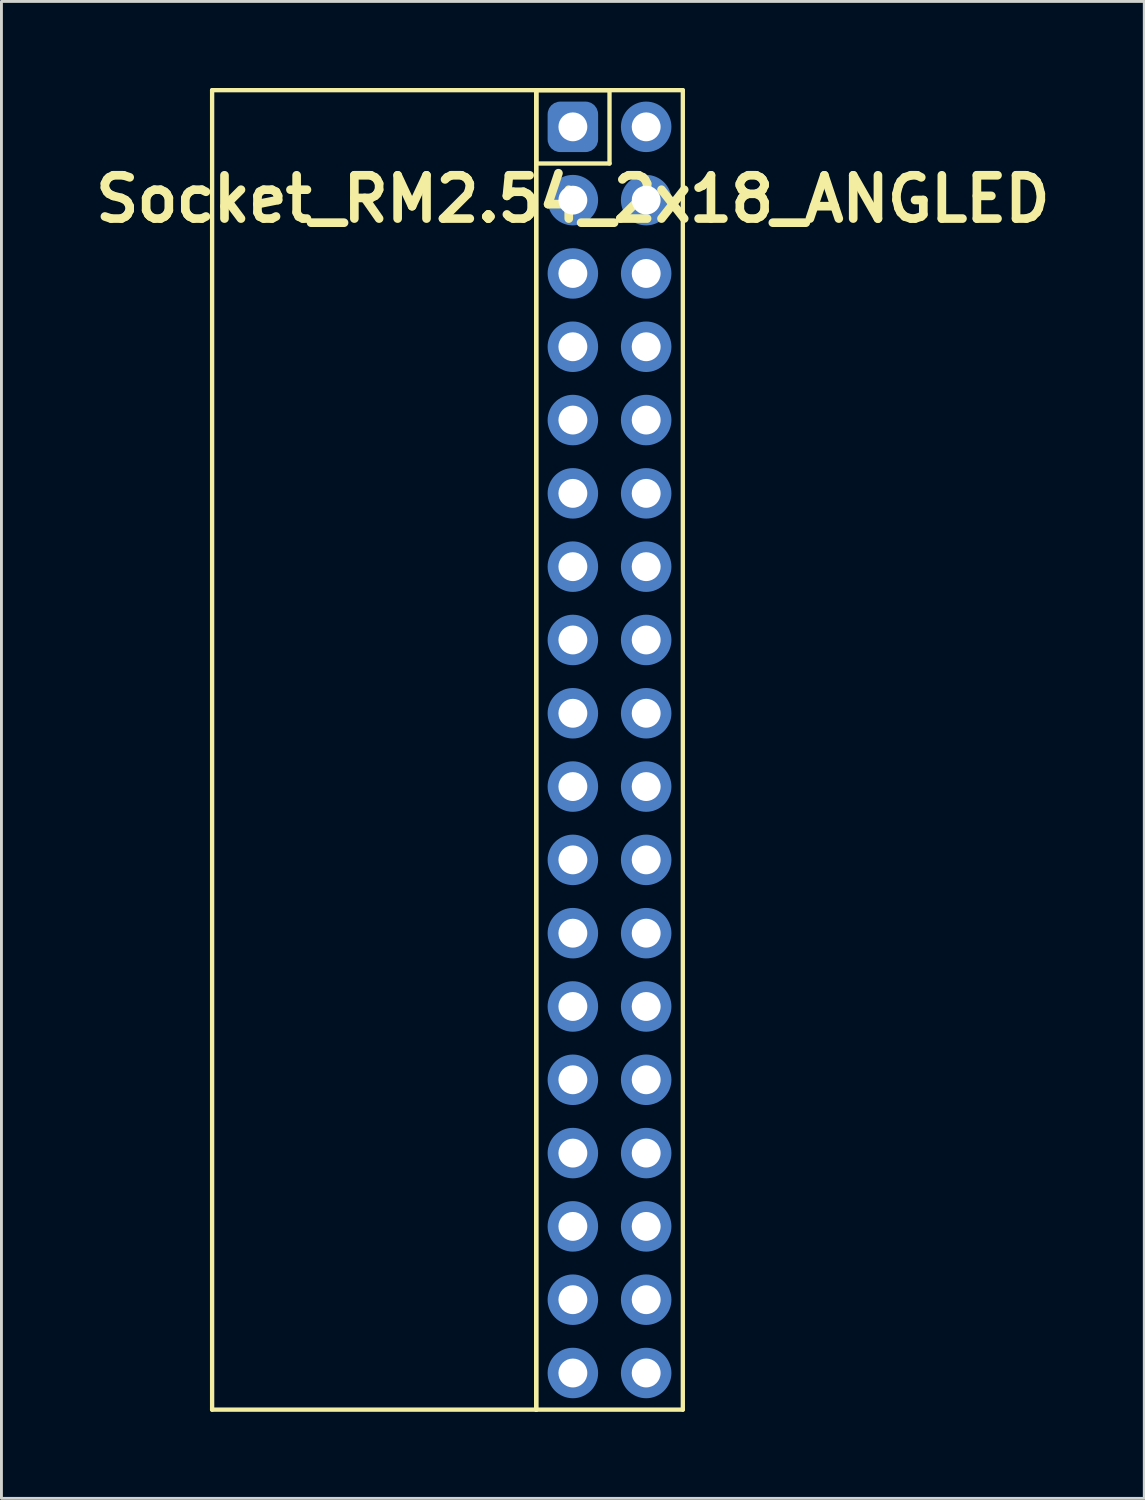
<source format=kicad_pcb>
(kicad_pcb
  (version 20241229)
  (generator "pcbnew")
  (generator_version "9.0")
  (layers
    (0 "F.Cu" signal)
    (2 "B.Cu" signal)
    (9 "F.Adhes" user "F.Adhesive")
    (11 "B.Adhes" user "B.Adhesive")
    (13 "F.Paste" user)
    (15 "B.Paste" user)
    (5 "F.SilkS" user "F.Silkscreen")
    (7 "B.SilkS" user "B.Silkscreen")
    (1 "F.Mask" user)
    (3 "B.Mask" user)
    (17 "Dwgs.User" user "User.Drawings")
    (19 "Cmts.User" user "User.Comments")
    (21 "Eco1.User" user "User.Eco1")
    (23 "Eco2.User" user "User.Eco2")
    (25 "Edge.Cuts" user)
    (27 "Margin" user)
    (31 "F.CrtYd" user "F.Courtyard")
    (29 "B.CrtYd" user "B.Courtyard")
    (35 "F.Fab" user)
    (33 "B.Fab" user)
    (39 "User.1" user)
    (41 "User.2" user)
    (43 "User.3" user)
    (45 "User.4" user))
  (footprint "Socket_RM2.54_2x18_ANGLED"
    (layer "F.Cu")
    (at 16.8 1.345)
    (property "Reference" "Socket_RM2.54_2x18_ANGLED" (at 0 2.5 0) (layer "F.SilkS") (effects (font (size 1.5 1.5) (thickness 0.3))))
    (attr through_hole)
    (fp_line (start -12.5 -1.27) (end -1.27 -1.27) (stroke (width 0.15) (type solid)) (layer "F.SilkS"))
    (fp_line (start -12.5 44.45) (end -12.5 -1.27) (stroke (width 0.15) (type solid)) (layer "F.SilkS"))
    (fp_line (start -1.27 -1.27) (end -1.27 44.45) (stroke (width 0.15) (type solid)) (layer "F.SilkS"))
    (fp_line (start -1.27 -1.27) (end 1.27 -1.27) (stroke (width 0.15) (type solid)) (layer "F.SilkS"))
    (fp_line (start -1.27 -1.27) (end 3.81 -1.27) (stroke (width 0.15) (type solid)) (layer "F.SilkS"))
    (fp_line (start -1.27 1.27) (end -1.27 -1.27) (stroke (width 0.15) (type solid)) (layer "F.SilkS"))
    (fp_line (start -1.27 44.45) (end -12.5 44.45) (stroke (width 0.15) (type solid)) (layer "F.SilkS"))
    (fp_line (start -1.27 44.45) (end -1.27 -1.27) (stroke (width 0.15) (type solid)) (layer "F.SilkS"))
    (fp_line (start 1.27 -1.27) (end 1.27 1.27) (stroke (width 0.15) (type solid)) (layer "F.SilkS"))
    (fp_line (start 1.27 1.27) (end -1.27 1.27) (stroke (width 0.15) (type solid)) (layer "F.SilkS"))
    (fp_line (start 3.81 -1.27) (end 3.81 44.45) (stroke (width 0.15) (type solid)) (layer "F.SilkS"))
    (fp_line (start 3.81 44.45) (end -1.27 44.45) (stroke (width 0.15) (type solid)) (layer "F.SilkS"))
    (pad "1" thru_hole circle (at 0 0) (size 1.3 1.3) (drill 1) (layers "*.Cu" "*.Mask"))
    (pad "1" smd roundrect (at 0 0) (size 1.5 1.5) (layers "F.Cu" "F.Mask") (roundrect_rratio 0.25))
    (pad "1" smd roundrect (at 0 0) (size 1.75 1.75) (layers "B.Cu" "B.Mask") (roundrect_rratio 0.25))
    (pad "2" thru_hole circle (at 2.54 0) (size 1.3 1.3) (drill 1) (layers "*.Cu" "*.Mask"))
    (pad "2" smd circle (at 2.54 0) (size 1.5 1.5) (layers "F.Cu" "F.Mask"))
    (pad "2" smd circle (at 2.54 0) (size 1.75 1.75) (layers "B.Cu" "B.Mask"))
    (pad "3" thru_hole circle (at 0 2.54) (size 1.3 1.3) (drill 1) (layers "*.Cu" "*.Mask"))
    (pad "3" smd circle (at 0 2.54) (size 1.5 1.5) (layers "F.Cu" "F.Mask"))
    (pad "3" smd circle (at 0 2.54) (size 1.75 1.75) (layers "B.Cu" "B.Mask"))
    (pad "4" thru_hole circle (at 2.54 2.54) (size 1.3 1.3) (drill 1) (layers "*.Cu" "*.Mask"))
    (pad "4" smd circle (at 2.54 2.54) (size 1.5 1.5) (layers "F.Cu" "F.Mask"))
    (pad "4" smd circle (at 2.54 2.54) (size 1.75 1.75) (layers "B.Cu" "B.Mask"))
    (pad "5" thru_hole circle (at 0 5.08) (size 1.3 1.3) (drill 1) (layers "*.Cu" "*.Mask"))
    (pad "5" smd circle (at 0 5.08) (size 1.5 1.5) (layers "F.Cu" "F.Mask"))
    (pad "5" smd circle (at 0 5.08) (size 1.75 1.75) (layers "B.Cu" "B.Mask"))
    (pad "6" thru_hole circle (at 2.54 5.08) (size 1.3 1.3) (drill 1) (layers "*.Cu" "*.Mask"))
    (pad "6" smd circle (at 2.54 5.08) (size 1.5 1.5) (layers "F.Cu" "F.Mask"))
    (pad "6" smd circle (at 2.54 5.08) (size 1.75 1.75) (layers "B.Cu" "B.Mask"))
    (pad "7" thru_hole circle (at 0 7.62) (size 1.3 1.3) (drill 1) (layers "*.Cu" "*.Mask"))
    (pad "7" smd circle (at 0 7.62) (size 1.5 1.5) (layers "F.Cu" "F.Mask"))
    (pad "7" smd circle (at 0 7.62) (size 1.75 1.75) (layers "B.Cu" "B.Mask"))
    (pad "8" thru_hole circle (at 2.54 7.62) (size 1.3 1.3) (drill 1) (layers "*.Cu" "*.Mask"))
    (pad "8" smd circle (at 2.54 7.62) (size 1.5 1.5) (layers "F.Cu" "F.Mask"))
    (pad "8" smd circle (at 2.54 7.62) (size 1.75 1.75) (layers "B.Cu" "B.Mask"))
    (pad "9" thru_hole circle (at 0 10.16) (size 1.3 1.3) (drill 1) (layers "*.Cu" "*.Mask"))
    (pad "9" smd circle (at 0 10.16) (size 1.5 1.5) (layers "F.Cu" "F.Mask"))
    (pad "9" smd circle (at 0 10.16) (size 1.75 1.75) (layers "B.Cu" "B.Mask"))
    (pad "10" thru_hole circle (at 2.54 10.16) (size 1.3 1.3) (drill 1) (layers "*.Cu" "*.Mask"))
    (pad "10" smd circle (at 2.54 10.16) (size 1.5 1.5) (layers "F.Cu" "F.Mask"))
    (pad "10" smd circle (at 2.54 10.16) (size 1.75 1.75) (layers "B.Cu" "B.Mask"))
    (pad "11" thru_hole circle (at 0 12.7) (size 1.3 1.3) (drill 1) (layers "*.Cu" "*.Mask"))
    (pad "11" smd circle (at 0 12.7) (size 1.5 1.5) (layers "F.Cu" "F.Mask"))
    (pad "11" smd circle (at 0 12.7) (size 1.75 1.75) (layers "B.Cu" "B.Mask"))
    (pad "12" thru_hole circle (at 2.54 12.7) (size 1.3 1.3) (drill 1) (layers "*.Cu" "*.Mask"))
    (pad "12" smd circle (at 2.54 12.7) (size 1.5 1.5) (layers "F.Cu" "F.Mask"))
    (pad "12" smd circle (at 2.54 12.7) (size 1.75 1.75) (layers "B.Cu" "B.Mask"))
    (pad "13" thru_hole circle (at 0 15.24) (size 1.3 1.3) (drill 1) (layers "*.Cu" "*.Mask"))
    (pad "13" smd circle (at 0 15.24) (size 1.5 1.5) (layers "F.Cu" "F.Mask"))
    (pad "13" smd circle (at 0 15.24) (size 1.75 1.75) (layers "B.Cu" "B.Mask"))
    (pad "14" thru_hole circle (at 2.54 15.24) (size 1.3 1.3) (drill 1) (layers "*.Cu" "*.Mask"))
    (pad "14" smd circle (at 2.54 15.24) (size 1.5 1.5) (layers "F.Cu" "F.Mask"))
    (pad "14" smd circle (at 2.54 15.24) (size 1.75 1.75) (layers "B.Cu" "B.Mask"))
    (pad "15" thru_hole circle (at 0 17.78) (size 1.3 1.3) (drill 1) (layers "*.Cu" "*.Mask"))
    (pad "15" smd circle (at 0 17.78) (size 1.5 1.5) (layers "F.Cu" "F.Mask"))
    (pad "15" smd circle (at 0 17.78) (size 1.75 1.75) (layers "B.Cu" "B.Mask"))
    (pad "16" thru_hole circle (at 2.54 17.78) (size 1.3 1.3) (drill 1) (layers "*.Cu" "*.Mask"))
    (pad "16" smd circle (at 2.54 17.78) (size 1.5 1.5) (layers "F.Cu" "F.Mask"))
    (pad "16" smd circle (at 2.54 17.78) (size 1.75 1.75) (layers "B.Cu" "B.Mask"))
    (pad "17" thru_hole circle (at 0 20.32) (size 1.3 1.3) (drill 1) (layers "*.Cu" "*.Mask"))
    (pad "17" smd circle (at 0 20.32) (size 1.5 1.5) (layers "F.Cu" "F.Mask"))
    (pad "17" smd circle (at 0 20.32) (size 1.75 1.75) (layers "B.Cu" "B.Mask"))
    (pad "18" thru_hole circle (at 2.54 20.32) (size 1.3 1.3) (drill 1) (layers "*.Cu" "*.Mask"))
    (pad "18" smd circle (at 2.54 20.32) (size 1.5 1.5) (layers "F.Cu" "F.Mask"))
    (pad "18" smd circle (at 2.54 20.32) (size 1.75 1.75) (layers "B.Cu" "B.Mask"))
    (pad "19" thru_hole circle (at 0 22.86) (size 1.3 1.3) (drill 1) (layers "*.Cu" "*.Mask"))
    (pad "19" smd circle (at 0 22.86) (size 1.5 1.5) (layers "F.Cu" "F.Mask"))
    (pad "19" smd circle (at 0 22.86) (size 1.75 1.75) (layers "B.Cu" "B.Mask"))
    (pad "20" thru_hole circle (at 2.54 22.86) (size 1.3 1.3) (drill 1) (layers "*.Cu" "*.Mask"))
    (pad "20" smd circle (at 2.54 22.86) (size 1.5 1.5) (layers "F.Cu" "F.Mask"))
    (pad "20" smd circle (at 2.54 22.86) (size 1.75 1.75) (layers "B.Cu" "B.Mask"))
    (pad "21" thru_hole circle (at 0 25.4) (size 1.3 1.3) (drill 1) (layers "*.Cu" "*.Mask"))
    (pad "21" smd circle (at 0 25.4) (size 1.5 1.5) (layers "F.Cu" "F.Mask"))
    (pad "21" smd circle (at 0 25.4) (size 1.75 1.75) (layers "B.Cu" "B.Mask"))
    (pad "22" thru_hole circle (at 2.54 25.4) (size 1.3 1.3) (drill 1) (layers "*.Cu" "*.Mask"))
    (pad "22" smd circle (at 2.54 25.4) (size 1.5 1.5) (layers "F.Cu" "F.Mask"))
    (pad "22" smd circle (at 2.54 25.4) (size 1.75 1.75) (layers "B.Cu" "B.Mask"))
    (pad "23" thru_hole circle (at 0 27.94) (size 1.3 1.3) (drill 1) (layers "*.Cu" "*.Mask"))
    (pad "23" smd circle (at 0 27.94) (size 1.5 1.5) (layers "F.Cu" "F.Mask"))
    (pad "23" smd circle (at 0 27.94) (size 1.75 1.75) (layers "B.Cu" "B.Mask"))
    (pad "24" thru_hole circle (at 2.54 27.94) (size 1.3 1.3) (drill 1) (layers "*.Cu" "*.Mask"))
    (pad "24" smd circle (at 2.54 27.94) (size 1.5 1.5) (layers "F.Cu" "F.Mask"))
    (pad "24" smd circle (at 2.54 27.94) (size 1.75 1.75) (layers "B.Cu" "B.Mask"))
    (pad "25" thru_hole circle (at 0 30.48) (size 1.3 1.3) (drill 1) (layers "*.Cu" "*.Mask"))
    (pad "25" smd circle (at 0 30.48) (size 1.5 1.5) (layers "F.Cu" "F.Mask"))
    (pad "25" smd circle (at 0 30.48) (size 1.75 1.75) (layers "B.Cu" "B.Mask"))
    (pad "26" thru_hole circle (at 2.54 30.48) (size 1.3 1.3) (drill 1) (layers "*.Cu" "*.Mask"))
    (pad "26" smd circle (at 2.54 30.48) (size 1.5 1.5) (layers "F.Cu" "F.Mask"))
    (pad "26" smd circle (at 2.54 30.48) (size 1.75 1.75) (layers "B.Cu" "B.Mask"))
    (pad "27" thru_hole circle (at 0 33.02) (size 1.3 1.3) (drill 1) (layers "*.Cu" "*.Mask"))
    (pad "27" smd circle (at 0 33.02) (size 1.5 1.5) (layers "F.Cu" "F.Mask"))
    (pad "27" smd circle (at 0 33.02) (size 1.75 1.75) (layers "B.Cu" "B.Mask"))
    (pad "28" thru_hole circle (at 2.54 33.02) (size 1.3 1.3) (drill 1) (layers "*.Cu" "*.Mask"))
    (pad "28" smd circle (at 2.54 33.02) (size 1.5 1.5) (layers "F.Cu" "F.Mask"))
    (pad "28" smd circle (at 2.54 33.02) (size 1.75 1.75) (layers "B.Cu" "B.Mask"))
    (pad "29" thru_hole circle (at 0 35.56) (size 1.3 1.3) (drill 1) (layers "*.Cu" "*.Mask"))
    (pad "29" smd circle (at 0 35.56) (size 1.5 1.5) (layers "F.Cu" "F.Mask"))
    (pad "29" smd circle (at 0 35.56) (size 1.75 1.75) (layers "B.Cu" "B.Mask"))
    (pad "30" thru_hole circle (at 2.54 35.56) (size 1.3 1.3) (drill 1) (layers "*.Cu" "*.Mask"))
    (pad "30" smd circle (at 2.54 35.56) (size 1.5 1.5) (layers "F.Cu" "F.Mask"))
    (pad "30" smd circle (at 2.54 35.56) (size 1.75 1.75) (layers "B.Cu" "B.Mask"))
    (pad "31" thru_hole circle (at 0 38.1) (size 1.3 1.3) (drill 1) (layers "*.Cu" "*.Mask"))
    (pad "31" smd circle (at 0 38.1) (size 1.5 1.5) (layers "F.Cu" "F.Mask"))
    (pad "31" smd circle (at 0 38.1) (size 1.75 1.75) (layers "B.Cu" "B.Mask"))
    (pad "32" thru_hole circle (at 2.54 38.1) (size 1.3 1.3) (drill 1) (layers "*.Cu" "*.Mask"))
    (pad "32" smd circle (at 2.54 38.1) (size 1.5 1.5) (layers "F.Cu" "F.Mask"))
    (pad "32" smd circle (at 2.54 38.1) (size 1.75 1.75) (layers "B.Cu" "B.Mask"))
    (pad "33" thru_hole circle (at 0 40.64) (size 1.3 1.3) (drill 1) (layers "*.Cu" "*.Mask"))
    (pad "33" smd circle (at 0 40.64) (size 1.5 1.5) (layers "F.Cu" "F.Mask"))
    (pad "33" smd circle (at 0 40.64) (size 1.75 1.75) (layers "B.Cu" "B.Mask"))
    (pad "34" thru_hole circle (at 2.54 40.64) (size 1.3 1.3) (drill 1) (layers "*.Cu" "*.Mask"))
    (pad "34" smd circle (at 2.54 40.64) (size 1.5 1.5) (layers "F.Cu" "F.Mask"))
    (pad "34" smd circle (at 2.54 40.64) (size 1.75 1.75) (layers "B.Cu" "B.Mask"))
    (pad "35" thru_hole circle (at 0 43.18) (size 1.3 1.3) (drill 1) (layers "*.Cu" "*.Mask"))
    (pad "35" smd circle (at 0 43.18) (size 1.5 1.5) (layers "F.Cu" "F.Mask"))
    (pad "35" smd circle (at 0 43.18) (size 1.75 1.75) (layers "B.Cu" "B.Mask"))
    (pad "36" thru_hole circle (at 2.54 43.18) (size 1.3 1.3) (drill 1) (layers "*.Cu" "*.Mask"))
    (pad "36" smd circle (at 2.54 43.18) (size 1.5 1.5) (layers "F.Cu" "F.Mask"))
    (pad "36" smd circle (at 2.54 43.18) (size 1.75 1.75) (layers "B.Cu" "B.Mask")))
  (gr_rect
    (start -3 -3)
    (end 36.6 48.87)
    (stroke (width 0.1) (type default))
    (fill no)
    (layer "Edge.Cuts")))
</source>
